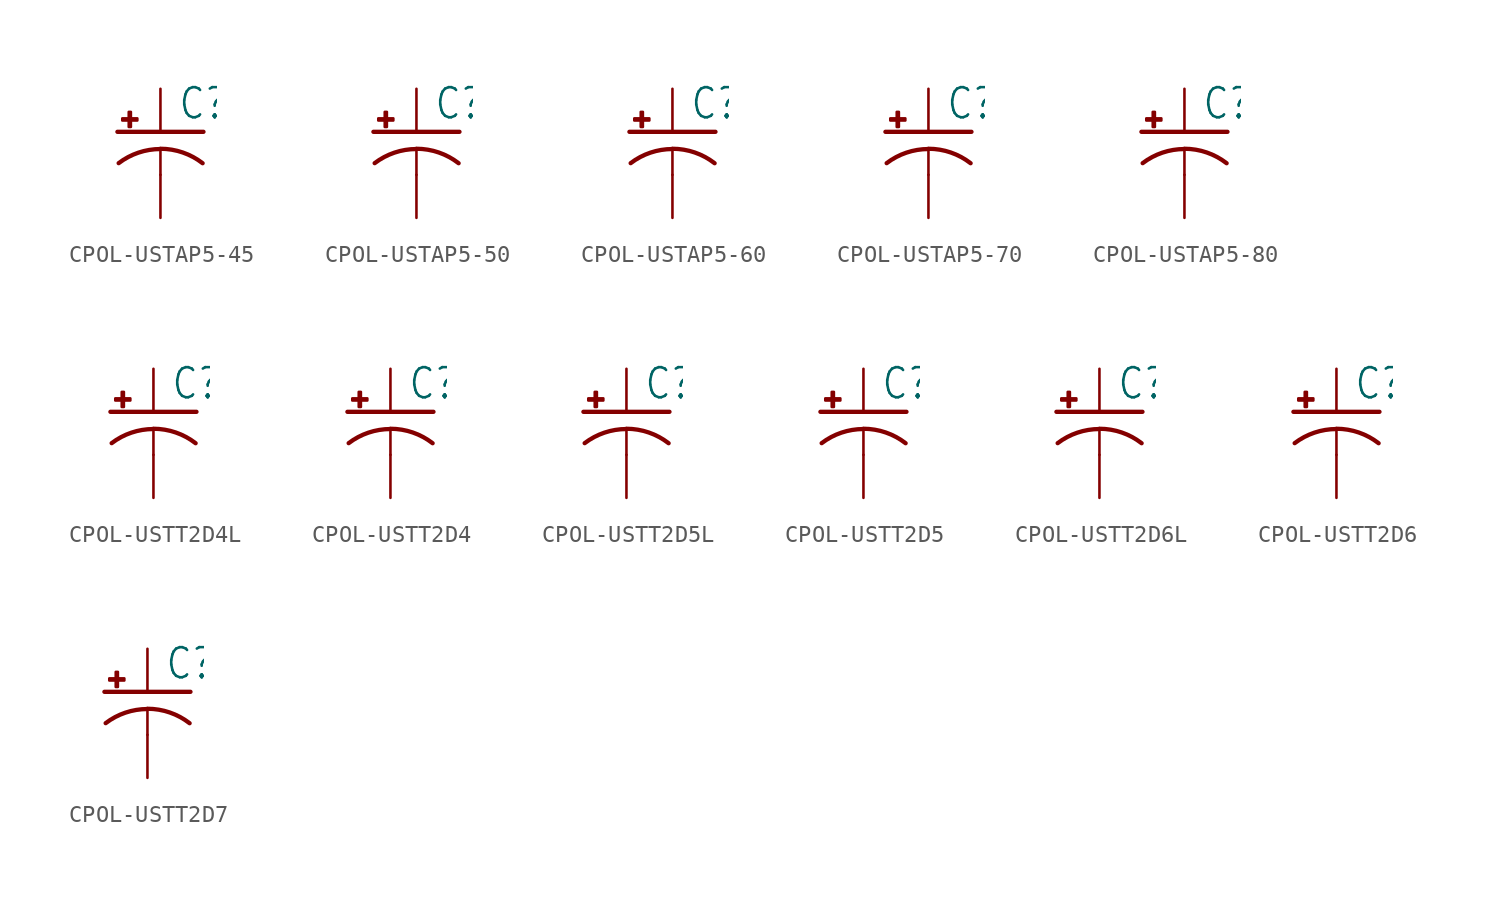
<source format=kicad_sym>
(kicad_symbol_lib
  (version 20241209)
  (generator "kicad_symbol_editor")
  (generator_version "9.0")
  (symbol "CPOL-USTAP5-45"
    (property "Reference" "C"
      (at 1.016 0.635 0)
      (effects (font (size 1.778 1.511)) (justify left bottom)))
    (property "Value" ""
      (at 1.016 -4.191 0)
      (effects (font (size 1.778 1.511)) (justify left bottom)))
    (property "ki_locked" ""
      (at 0 0 0)
      (effects (font (size 1.27 1.27))))
    (symbol "CPOL-USTAP5-45_1_0"
      (polyline (pts (xy -2.54 0) (xy 2.54 0)) (stroke (width 0.254) (type solid)) (fill (type none)))
      (rectangle (start -2.253 0.668) (end -1.364 0.795) (stroke (width 0) (type default)) (fill (type outline)))
      (rectangle (start -1.872 0.287) (end -1.745 1.176) (stroke (width 0) (type default)) (fill (type outline)))
      (arc (start -2.4669 -1.8504) (mid -1.3021 -1.2303) (end 0 -1.0161) (stroke (width 0.254) (type solid)) (fill (type none)))
      (polyline (pts (xy 0 -1.016) (xy 0 -2.54)) (stroke (width 0.152) (type solid)) (fill (type none)))
      (arc (start 0 -1) (mid 1.3158 -1.2195) (end 2.4892 -1.8541) (stroke (width 0.254) (type solid)) (fill (type none)))
      (pin passive line (at 0 2.54 270) (length 2.54) (name "+" (effects (font (size 0 0)))) (number "+" (effects (font (size 0 0)))))
      (pin passive line (at 0 -5.08 90) (length 2.54) (name "-" (effects (font (size 0 0)))) (number "-" (effects (font (size 0 0)))))))
  (symbol "CPOL-USTAP5-50"
    (property "Reference" "C"
      (at 1.016 0.635 0)
      (effects (font (size 1.778 1.511)) (justify left bottom)))
    (property "Value" ""
      (at 1.016 -4.191 0)
      (effects (font (size 1.778 1.511)) (justify left bottom)))
    (property "ki_locked" ""
      (at 0 0 0)
      (effects (font (size 1.27 1.27))))
    (symbol "CPOL-USTAP5-50_1_0"
      (polyline (pts (xy -2.54 0) (xy 2.54 0)) (stroke (width 0.254) (type solid)) (fill (type none)))
      (rectangle (start -2.253 0.668) (end -1.364 0.795) (stroke (width 0) (type default)) (fill (type outline)))
      (rectangle (start -1.872 0.287) (end -1.745 1.176) (stroke (width 0) (type default)) (fill (type outline)))
      (arc (start -2.4669 -1.8504) (mid -1.3021 -1.2303) (end 0 -1.0161) (stroke (width 0.254) (type solid)) (fill (type none)))
      (polyline (pts (xy 0 -1.016) (xy 0 -2.54)) (stroke (width 0.152) (type solid)) (fill (type none)))
      (arc (start 0 -1) (mid 1.3158 -1.2195) (end 2.4892 -1.8541) (stroke (width 0.254) (type solid)) (fill (type none)))
      (pin passive line (at 0 2.54 270) (length 2.54) (name "+" (effects (font (size 0 0)))) (number "+" (effects (font (size 0 0)))))
      (pin passive line (at 0 -5.08 90) (length 2.54) (name "-" (effects (font (size 0 0)))) (number "-" (effects (font (size 0 0)))))))
  (symbol "CPOL-USTAP5-60"
    (property "Reference" "C"
      (at 1.016 0.635 0)
      (effects (font (size 1.778 1.511)) (justify left bottom)))
    (property "Value" ""
      (at 1.016 -4.191 0)
      (effects (font (size 1.778 1.511)) (justify left bottom)))
    (property "ki_locked" ""
      (at 0 0 0)
      (effects (font (size 1.27 1.27))))
    (symbol "CPOL-USTAP5-60_1_0"
      (polyline (pts (xy -2.54 0) (xy 2.54 0)) (stroke (width 0.254) (type solid)) (fill (type none)))
      (rectangle (start -2.253 0.668) (end -1.364 0.795) (stroke (width 0) (type default)) (fill (type outline)))
      (rectangle (start -1.872 0.287) (end -1.745 1.176) (stroke (width 0) (type default)) (fill (type outline)))
      (arc (start -2.4669 -1.8504) (mid -1.3021 -1.2303) (end 0 -1.0161) (stroke (width 0.254) (type solid)) (fill (type none)))
      (polyline (pts (xy 0 -1.016) (xy 0 -2.54)) (stroke (width 0.152) (type solid)) (fill (type none)))
      (arc (start 0 -1) (mid 1.3158 -1.2195) (end 2.4892 -1.8541) (stroke (width 0.254) (type solid)) (fill (type none)))
      (pin passive line (at 0 2.54 270) (length 2.54) (name "+" (effects (font (size 0 0)))) (number "+" (effects (font (size 0 0)))))
      (pin passive line (at 0 -5.08 90) (length 2.54) (name "-" (effects (font (size 0 0)))) (number "-" (effects (font (size 0 0)))))))
  (symbol "CPOL-USTAP5-70"
    (property "Reference" "C"
      (at 1.016 0.635 0)
      (effects (font (size 1.778 1.511)) (justify left bottom)))
    (property "Value" ""
      (at 1.016 -4.191 0)
      (effects (font (size 1.778 1.511)) (justify left bottom)))
    (property "ki_locked" ""
      (at 0 0 0)
      (effects (font (size 1.27 1.27))))
    (symbol "CPOL-USTAP5-70_1_0"
      (polyline (pts (xy -2.54 0) (xy 2.54 0)) (stroke (width 0.254) (type solid)) (fill (type none)))
      (rectangle (start -2.253 0.668) (end -1.364 0.795) (stroke (width 0) (type default)) (fill (type outline)))
      (rectangle (start -1.872 0.287) (end -1.745 1.176) (stroke (width 0) (type default)) (fill (type outline)))
      (arc (start -2.4669 -1.8504) (mid -1.3021 -1.2303) (end 0 -1.0161) (stroke (width 0.254) (type solid)) (fill (type none)))
      (polyline (pts (xy 0 -1.016) (xy 0 -2.54)) (stroke (width 0.152) (type solid)) (fill (type none)))
      (arc (start 0 -1) (mid 1.3158 -1.2195) (end 2.4892 -1.8541) (stroke (width 0.254) (type solid)) (fill (type none)))
      (pin passive line (at 0 2.54 270) (length 2.54) (name "+" (effects (font (size 0 0)))) (number "+" (effects (font (size 0 0)))))
      (pin passive line (at 0 -5.08 90) (length 2.54) (name "-" (effects (font (size 0 0)))) (number "-" (effects (font (size 0 0)))))))
  (symbol "CPOL-USTAP5-80"
    (property "Reference" "C"
      (at 1.016 0.635 0)
      (effects (font (size 1.778 1.511)) (justify left bottom)))
    (property "Value" ""
      (at 1.016 -4.191 0)
      (effects (font (size 1.778 1.511)) (justify left bottom)))
    (property "ki_locked" ""
      (at 0 0 0)
      (effects (font (size 1.27 1.27))))
    (symbol "CPOL-USTAP5-80_1_0"
      (polyline (pts (xy -2.54 0) (xy 2.54 0)) (stroke (width 0.254) (type solid)) (fill (type none)))
      (rectangle (start -2.253 0.668) (end -1.364 0.795) (stroke (width 0) (type default)) (fill (type outline)))
      (rectangle (start -1.872 0.287) (end -1.745 1.176) (stroke (width 0) (type default)) (fill (type outline)))
      (arc (start -2.4669 -1.8504) (mid -1.3021 -1.2303) (end 0 -1.0161) (stroke (width 0.254) (type solid)) (fill (type none)))
      (polyline (pts (xy 0 -1.016) (xy 0 -2.54)) (stroke (width 0.152) (type solid)) (fill (type none)))
      (arc (start 0 -1) (mid 1.3158 -1.2195) (end 2.4892 -1.8541) (stroke (width 0.254) (type solid)) (fill (type none)))
      (pin passive line (at 0 2.54 270) (length 2.54) (name "+" (effects (font (size 0 0)))) (number "+" (effects (font (size 0 0)))))
      (pin passive line (at 0 -5.08 90) (length 2.54) (name "-" (effects (font (size 0 0)))) (number "-" (effects (font (size 0 0)))))))
  (symbol "CPOL-USTT2D4L"
    (property "Reference" "C"
      (at 1.016 0.635 0)
      (effects (font (size 1.778 1.511)) (justify left bottom)))
    (property "Value" ""
      (at 1.016 -4.191 0)
      (effects (font (size 1.778 1.511)) (justify left bottom)))
    (property "ki_locked" ""
      (at 0 0 0)
      (effects (font (size 1.27 1.27))))
    (symbol "CPOL-USTT2D4L_1_0"
      (polyline (pts (xy -2.54 0) (xy 2.54 0)) (stroke (width 0.254) (type solid)) (fill (type none)))
      (rectangle (start -2.253 0.668) (end -1.364 0.795) (stroke (width 0) (type default)) (fill (type outline)))
      (rectangle (start -1.872 0.287) (end -1.745 1.176) (stroke (width 0) (type default)) (fill (type outline)))
      (arc (start -2.4669 -1.8504) (mid -1.3021 -1.2303) (end 0 -1.0161) (stroke (width 0.254) (type solid)) (fill (type none)))
      (polyline (pts (xy 0 -1.016) (xy 0 -2.54)) (stroke (width 0.152) (type solid)) (fill (type none)))
      (arc (start 0 -1) (mid 1.3158 -1.2195) (end 2.4892 -1.8541) (stroke (width 0.254) (type solid)) (fill (type none)))
      (pin passive line (at 0 2.54 270) (length 2.54) (name "+" (effects (font (size 0 0)))) (number "+" (effects (font (size 0 0)))))
      (pin passive line (at 0 -5.08 90) (length 2.54) (name "-" (effects (font (size 0 0)))) (number "-" (effects (font (size 0 0)))))))
  (symbol "CPOL-USTT2D4"
    (property "Reference" "C"
      (at 1.016 0.635 0)
      (effects (font (size 1.778 1.511)) (justify left bottom)))
    (property "Value" ""
      (at 1.016 -4.191 0)
      (effects (font (size 1.778 1.511)) (justify left bottom)))
    (property "ki_locked" ""
      (at 0 0 0)
      (effects (font (size 1.27 1.27))))
    (symbol "CPOL-USTT2D4_1_0"
      (polyline (pts (xy -2.54 0) (xy 2.54 0)) (stroke (width 0.254) (type solid)) (fill (type none)))
      (rectangle (start -2.253 0.668) (end -1.364 0.795) (stroke (width 0) (type default)) (fill (type outline)))
      (rectangle (start -1.872 0.287) (end -1.745 1.176) (stroke (width 0) (type default)) (fill (type outline)))
      (arc (start -2.4669 -1.8504) (mid -1.3021 -1.2303) (end 0 -1.0161) (stroke (width 0.254) (type solid)) (fill (type none)))
      (polyline (pts (xy 0 -1.016) (xy 0 -2.54)) (stroke (width 0.152) (type solid)) (fill (type none)))
      (arc (start 0 -1) (mid 1.3158 -1.2195) (end 2.4892 -1.8541) (stroke (width 0.254) (type solid)) (fill (type none)))
      (pin passive line (at 0 2.54 270) (length 2.54) (name "+" (effects (font (size 0 0)))) (number "+" (effects (font (size 0 0)))))
      (pin passive line (at 0 -5.08 90) (length 2.54) (name "-" (effects (font (size 0 0)))) (number "-" (effects (font (size 0 0)))))))
  (symbol "CPOL-USTT2D5L"
    (property "Reference" "C"
      (at 1.016 0.635 0)
      (effects (font (size 1.778 1.511)) (justify left bottom)))
    (property "Value" ""
      (at 1.016 -4.191 0)
      (effects (font (size 1.778 1.511)) (justify left bottom)))
    (property "ki_locked" ""
      (at 0 0 0)
      (effects (font (size 1.27 1.27))))
    (symbol "CPOL-USTT2D5L_1_0"
      (polyline (pts (xy -2.54 0) (xy 2.54 0)) (stroke (width 0.254) (type solid)) (fill (type none)))
      (rectangle (start -2.253 0.668) (end -1.364 0.795) (stroke (width 0) (type default)) (fill (type outline)))
      (rectangle (start -1.872 0.287) (end -1.745 1.176) (stroke (width 0) (type default)) (fill (type outline)))
      (arc (start -2.4669 -1.8504) (mid -1.3021 -1.2303) (end 0 -1.0161) (stroke (width 0.254) (type solid)) (fill (type none)))
      (polyline (pts (xy 0 -1.016) (xy 0 -2.54)) (stroke (width 0.152) (type solid)) (fill (type none)))
      (arc (start 0 -1) (mid 1.3158 -1.2195) (end 2.4892 -1.8541) (stroke (width 0.254) (type solid)) (fill (type none)))
      (pin passive line (at 0 2.54 270) (length 2.54) (name "+" (effects (font (size 0 0)))) (number "+" (effects (font (size 0 0)))))
      (pin passive line (at 0 -5.08 90) (length 2.54) (name "-" (effects (font (size 0 0)))) (number "-" (effects (font (size 0 0)))))))
  (symbol "CPOL-USTT2D5"
    (property "Reference" "C"
      (at 1.016 0.635 0)
      (effects (font (size 1.778 1.511)) (justify left bottom)))
    (property "Value" ""
      (at 1.016 -4.191 0)
      (effects (font (size 1.778 1.511)) (justify left bottom)))
    (property "ki_locked" ""
      (at 0 0 0)
      (effects (font (size 1.27 1.27))))
    (symbol "CPOL-USTT2D5_1_0"
      (polyline (pts (xy -2.54 0) (xy 2.54 0)) (stroke (width 0.254) (type solid)) (fill (type none)))
      (rectangle (start -2.253 0.668) (end -1.364 0.795) (stroke (width 0) (type default)) (fill (type outline)))
      (rectangle (start -1.872 0.287) (end -1.745 1.176) (stroke (width 0) (type default)) (fill (type outline)))
      (arc (start -2.4669 -1.8504) (mid -1.3021 -1.2303) (end 0 -1.0161) (stroke (width 0.254) (type solid)) (fill (type none)))
      (polyline (pts (xy 0 -1.016) (xy 0 -2.54)) (stroke (width 0.152) (type solid)) (fill (type none)))
      (arc (start 0 -1) (mid 1.3158 -1.2195) (end 2.4892 -1.8541) (stroke (width 0.254) (type solid)) (fill (type none)))
      (pin passive line (at 0 2.54 270) (length 2.54) (name "+" (effects (font (size 0 0)))) (number "+" (effects (font (size 0 0)))))
      (pin passive line (at 0 -5.08 90) (length 2.54) (name "-" (effects (font (size 0 0)))) (number "-" (effects (font (size 0 0)))))))
  (symbol "CPOL-USTT2D6L"
    (property "Reference" "C"
      (at 1.016 0.635 0)
      (effects (font (size 1.778 1.511)) (justify left bottom)))
    (property "Value" ""
      (at 1.016 -4.191 0)
      (effects (font (size 1.778 1.511)) (justify left bottom)))
    (property "ki_locked" ""
      (at 0 0 0)
      (effects (font (size 1.27 1.27))))
    (symbol "CPOL-USTT2D6L_1_0"
      (polyline (pts (xy -2.54 0) (xy 2.54 0)) (stroke (width 0.254) (type solid)) (fill (type none)))
      (rectangle (start -2.253 0.668) (end -1.364 0.795) (stroke (width 0) (type default)) (fill (type outline)))
      (rectangle (start -1.872 0.287) (end -1.745 1.176) (stroke (width 0) (type default)) (fill (type outline)))
      (arc (start -2.4669 -1.8504) (mid -1.3021 -1.2303) (end 0 -1.0161) (stroke (width 0.254) (type solid)) (fill (type none)))
      (polyline (pts (xy 0 -1.016) (xy 0 -2.54)) (stroke (width 0.152) (type solid)) (fill (type none)))
      (arc (start 0 -1) (mid 1.3158 -1.2195) (end 2.4892 -1.8541) (stroke (width 0.254) (type solid)) (fill (type none)))
      (pin passive line (at 0 2.54 270) (length 2.54) (name "+" (effects (font (size 0 0)))) (number "+" (effects (font (size 0 0)))))
      (pin passive line (at 0 -5.08 90) (length 2.54) (name "-" (effects (font (size 0 0)))) (number "-" (effects (font (size 0 0)))))))
  (symbol "CPOL-USTT2D6"
    (property "Reference" "C"
      (at 1.016 0.635 0)
      (effects (font (size 1.778 1.511)) (justify left bottom)))
    (property "Value" ""
      (at 1.016 -4.191 0)
      (effects (font (size 1.778 1.511)) (justify left bottom)))
    (property "ki_locked" ""
      (at 0 0 0)
      (effects (font (size 1.27 1.27))))
    (symbol "CPOL-USTT2D6_1_0"
      (polyline (pts (xy -2.54 0) (xy 2.54 0)) (stroke (width 0.254) (type solid)) (fill (type none)))
      (rectangle (start -2.253 0.668) (end -1.364 0.795) (stroke (width 0) (type default)) (fill (type outline)))
      (rectangle (start -1.872 0.287) (end -1.745 1.176) (stroke (width 0) (type default)) (fill (type outline)))
      (arc (start -2.4669 -1.8504) (mid -1.3021 -1.2303) (end 0 -1.0161) (stroke (width 0.254) (type solid)) (fill (type none)))
      (polyline (pts (xy 0 -1.016) (xy 0 -2.54)) (stroke (width 0.152) (type solid)) (fill (type none)))
      (arc (start 0 -1) (mid 1.3158 -1.2195) (end 2.4892 -1.8541) (stroke (width 0.254) (type solid)) (fill (type none)))
      (pin passive line (at 0 2.54 270) (length 2.54) (name "+" (effects (font (size 0 0)))) (number "+" (effects (font (size 0 0)))))
      (pin passive line (at 0 -5.08 90) (length 2.54) (name "-" (effects (font (size 0 0)))) (number "-" (effects (font (size 0 0)))))))
  (symbol "CPOL-USTT2D7"
    (property "Reference" "C"
      (at 1.016 0.635 0)
      (effects (font (size 1.778 1.511)) (justify left bottom)))
    (property "Value" ""
      (at 1.016 -4.191 0)
      (effects (font (size 1.778 1.511)) (justify left bottom)))
    (property "ki_locked" ""
      (at 0 0 0)
      (effects (font (size 1.27 1.27))))
    (symbol "CPOL-USTT2D7_1_0"
      (polyline (pts (xy -2.54 0) (xy 2.54 0)) (stroke (width 0.254) (type solid)) (fill (type none)))
      (rectangle (start -2.253 0.668) (end -1.364 0.795) (stroke (width 0) (type default)) (fill (type outline)))
      (rectangle (start -1.872 0.287) (end -1.745 1.176) (stroke (width 0) (type default)) (fill (type outline)))
      (arc (start -2.4669 -1.8504) (mid -1.3021 -1.2303) (end 0 -1.0161) (stroke (width 0.254) (type solid)) (fill (type none)))
      (polyline (pts (xy 0 -1.016) (xy 0 -2.54)) (stroke (width 0.152) (type solid)) (fill (type none)))
      (arc (start 0 -1) (mid 1.3158 -1.2195) (end 2.4892 -1.8541) (stroke (width 0.254) (type solid)) (fill (type none)))
      (pin passive line (at 0 2.54 270) (length 2.54) (name "+" (effects (font (size 0 0)))) (number "+" (effects (font (size 0 0)))))
      (pin passive line (at 0 -5.08 90) (length 2.54) (name "-" (effects (font (size 0 0)))) (number "-" (effects (font (size 0 0))))))))
</source>
